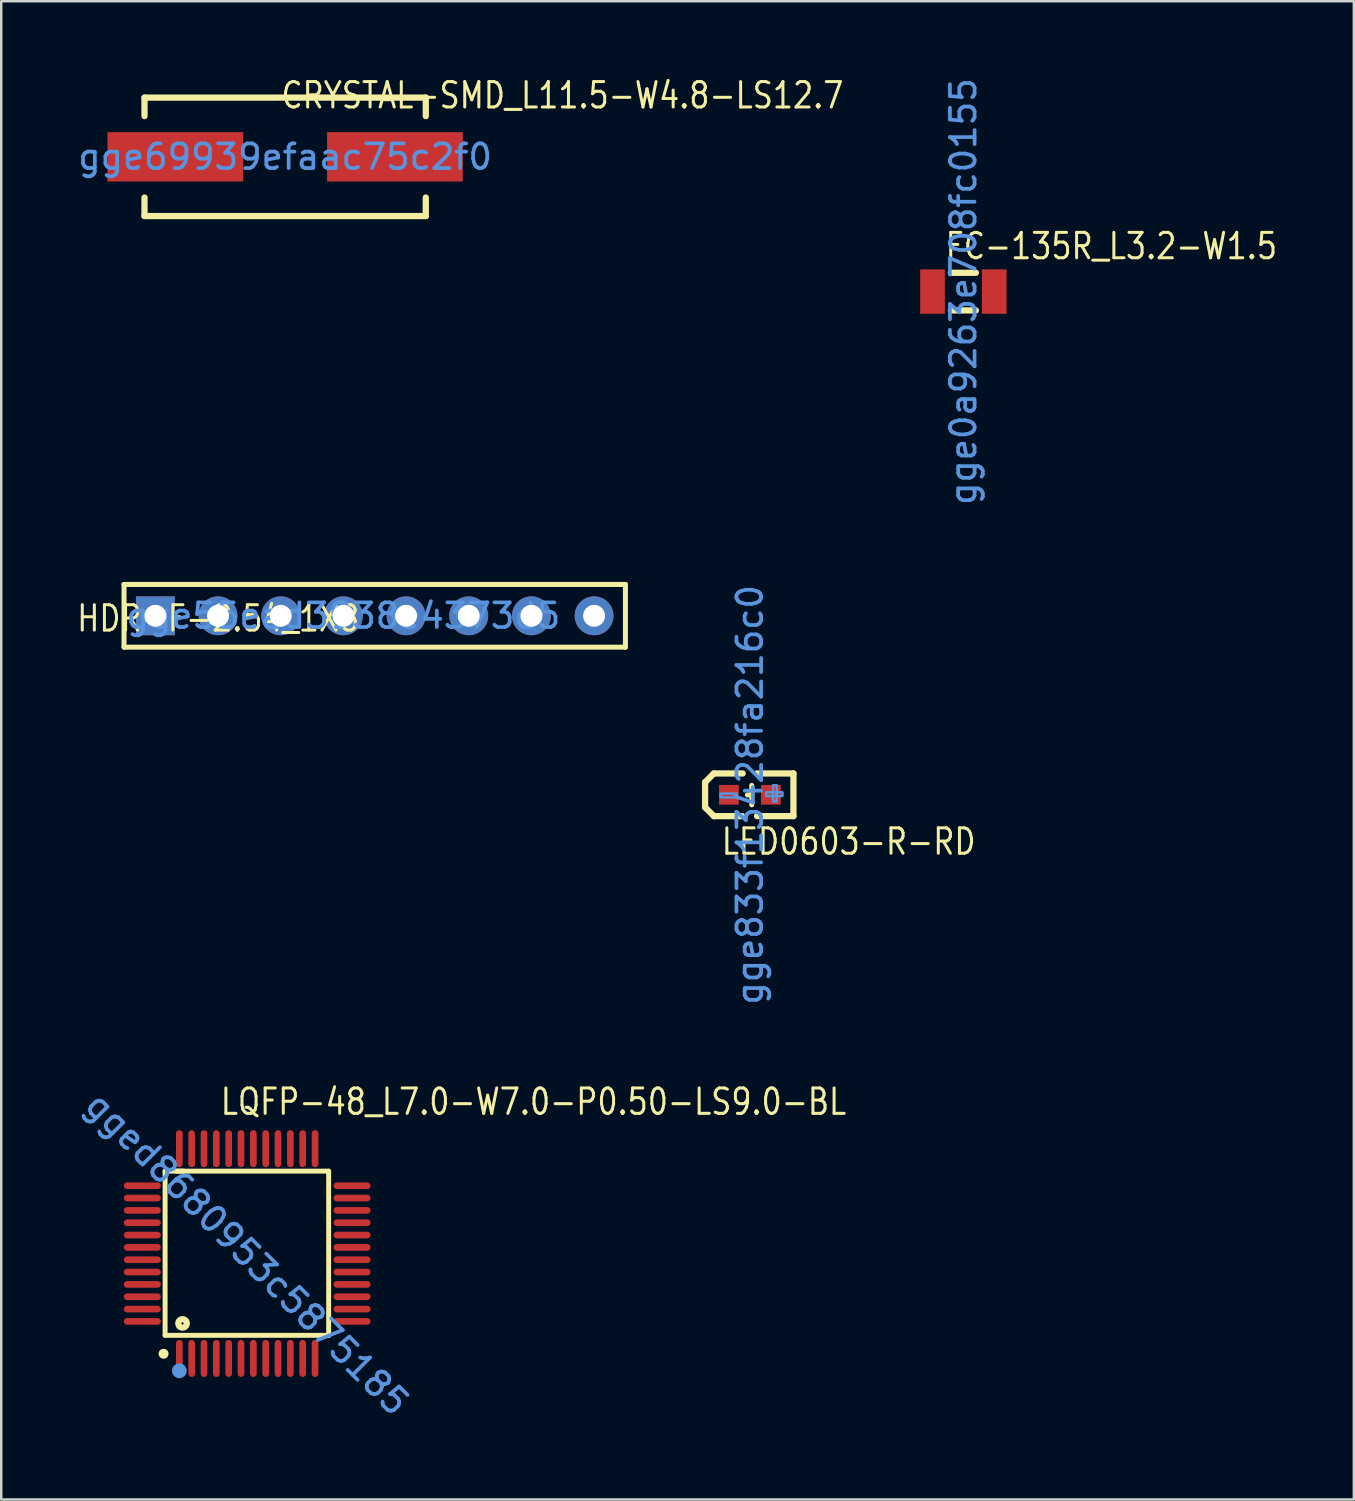
<source format=kicad_pcb>
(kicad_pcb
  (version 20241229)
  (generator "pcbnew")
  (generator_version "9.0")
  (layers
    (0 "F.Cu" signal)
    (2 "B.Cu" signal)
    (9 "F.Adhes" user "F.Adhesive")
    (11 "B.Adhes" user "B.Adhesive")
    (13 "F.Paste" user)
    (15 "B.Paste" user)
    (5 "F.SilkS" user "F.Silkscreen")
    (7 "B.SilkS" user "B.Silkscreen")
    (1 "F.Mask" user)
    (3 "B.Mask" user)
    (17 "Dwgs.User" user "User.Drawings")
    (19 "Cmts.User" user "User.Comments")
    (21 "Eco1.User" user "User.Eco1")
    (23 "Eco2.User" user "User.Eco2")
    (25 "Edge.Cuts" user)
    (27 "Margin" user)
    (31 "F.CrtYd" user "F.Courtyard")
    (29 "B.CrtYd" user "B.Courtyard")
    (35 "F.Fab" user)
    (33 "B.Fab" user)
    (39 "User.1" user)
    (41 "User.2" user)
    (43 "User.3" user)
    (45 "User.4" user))
  (footprint "HDR-F-2.54_1X8"
    (layer "F.Cu")
    (at 10.867 21.907)
    (property "Reference" "HDR-F-2.54_1X8" (at -10.867 0.109 0) (layer "F.SilkS") (effects (font (size 1.029 0.857) (thickness 0.122)) (justify left)))
    (fp_line (start -8.89 -1.27) (end -6.985 -1.27) (stroke (width 0.203) (type solid)) (layer "F.SilkS"))
    (fp_line (start -8.89 1.27) (end -8.89 -1.27) (stroke (width 0.203) (type solid)) (layer "F.SilkS"))
    (fp_line (start 11.43 -1.27) (end -6.985 -1.27) (stroke (width 0.203) (type solid)) (layer "F.SilkS"))
    (fp_line (start 11.43 -1.27) (end 11.43 1.27) (stroke (width 0.203) (type solid)) (layer "F.SilkS"))
    (fp_line (start 11.43 1.27) (end -8.89 1.27) (stroke (width 0.203) (type solid)) (layer "F.SilkS"))
    (fp_text user "gge55ead3938e4373d5" (at 0 0 0) (layer "Cmts.User") (effects (font (size 1 1) (thickness 0.15))))
    (pad "1" thru_hole rect (at -7.62 0) (size 1.575 1.575) (drill 0.889) (layers "*.Cu" "*.Paste" "*.Mask"))
    (pad "2" thru_hole circle (at -5.08 0) (size 1.575 1.575) (drill 0.889) (layers "*.Cu" "*.Paste" "*.Mask"))
    (pad "3" thru_hole circle (at -2.54 0) (size 1.575 1.575) (drill 0.889) (layers "*.Cu" "*.Paste" "*.Mask"))
    (pad "4" thru_hole circle (at 0 0) (size 1.575 1.575) (drill 0.889) (layers "*.Cu" "*.Paste" "*.Mask"))
    (pad "5" thru_hole circle (at 2.54 0) (size 1.575 1.575) (drill 0.889) (layers "*.Cu" "*.Paste" "*.Mask"))
    (pad "6" thru_hole circle (at 5.08 0) (size 1.575 1.575) (drill 0.889) (layers "*.Cu" "*.Paste" "*.Mask"))
    (pad "7" thru_hole circle (at 7.62 0) (size 1.575 1.575) (drill 0.889) (layers "*.Cu" "*.Paste" "*.Mask"))
    (pad "8" thru_hole circle (at 10.16 0) (size 1.575 1.575) (drill 0.889) (layers "*.Cu" "*.Paste" "*.Mask")))
  (footprint "CRYSTAL-SMD_L11.5-W4.8-LS12.7"
    (layer "F.Cu")
    (at 8.506 3.306)
    (property "Reference" "CRYSTAL-SMD_L11.5-W4.8-LS12.7" (at -0.229 -2.49 0) (layer "F.SilkS") (effects (font (size 1.029 0.857) (thickness 0.122)) (justify left)))
    (attr smd)
    (fp_line (start -5.7 -2.4) (end -5.7 -1.65) (stroke (width 0.254) (type solid)) (layer "F.SilkS"))
    (fp_line (start -5.7 2.4) (end -5.7 1.65) (stroke (width 0.254) (type solid)) (layer "F.SilkS"))
    (fp_line (start 5.7 -2.4) (end -5.7 -2.4) (stroke (width 0.254) (type solid)) (layer "F.SilkS"))
    (fp_line (start 5.7 -1.65) (end 5.7 -2.4) (stroke (width 0.254) (type solid)) (layer "F.SilkS"))
    (fp_line (start 5.7 1.65) (end 5.7 2.4) (stroke (width 0.254) (type solid)) (layer "F.SilkS"))
    (fp_line (start 5.7 2.4) (end -5.7 2.4) (stroke (width 0.254) (type solid)) (layer "F.SilkS"))
    (fp_text user "gge69939efaac75c2f0" (at 0 0 180) (layer "Cmts.User") (effects (font (size 1 1) (thickness 0.15))))
    (pad "1" smd rect (at -4.45 0) (size 5.5 2) (layers "F.Cu" "F.Mask" "F.Paste"))
    (pad "2" smd rect (at 4.45 0) (size 5.5 2) (layers "F.Cu" "F.Mask" "F.Paste")))
  (footprint "LQFP-48_L7.0-W7.0-P0.50-LS9.0-BL"
    (layer "F.Cu")
    (at 6.968 47.754)
    (property "Reference" "LQFP-48_L7.0-W7.0-P0.50-LS9.0-BL" (at -1.148 -6.153 0) (layer "F.SilkS") (effects (font (size 1.029 0.857) (thickness 0.122)) (justify left)))
    (attr smd)
    (fp_line (start -3.327 -3.34) (end -2.565 -3.34) (stroke (width 0.2) (type solid)) (layer "F.SilkS"))
    (fp_line (start -3.327 3.315) (end -3.327 -3.34) (stroke (width 0.2) (type solid)) (layer "F.SilkS"))
    (fp_line (start -2.896 -3.34) (end 3.302 -3.34) (stroke (width 0.2) (type solid)) (layer "F.SilkS"))
    (fp_line (start 3.302 -3.34) (end 3.302 3.315) (stroke (width 0.2) (type solid)) (layer "F.SilkS"))
    (fp_line (start 3.302 3.315) (end -3.327 3.315) (stroke (width 0.2) (type solid)) (layer "F.SilkS"))
    (fp_arc (start -3.387 4.06) (mid -3.389 4.062) (end -3.391 4.06) (stroke (width 0.4) (type solid)) (layer "F.SilkS"))
    (fp_circle (center -2.62 2.83) (end -2.449 2.83) (stroke (width 0.254) (type solid)) (fill no) (layer "F.SilkS"))
    (fp_circle (center -2.75 4.75) (end -2.6 4.75) (stroke (width 0.3) (type solid)) (fill no) (layer "Cmts.User"))
    (fp_text user "gged8680953c5875185" (at 0 0 315) (layer "Cmts.User") (effects (font (size 1 1) (thickness 0.15))))
    (pad "1" smd oval (at -2.75 4.25) (size 0.27 1.5) (layers "F.Cu" "F.Mask" "F.Paste"))
    (pad "2" smd oval (at -2.25 4.25) (size 0.27 1.5) (layers "F.Cu" "F.Mask" "F.Paste"))
    (pad "3" smd oval (at -1.75 4.25) (size 0.27 1.5) (layers "F.Cu" "F.Mask" "F.Paste"))
    (pad "4" smd oval (at -1.25 4.25) (size 0.27 1.5) (layers "F.Cu" "F.Mask" "F.Paste"))
    (pad "5" smd oval (at -0.75 4.25) (size 0.27 1.5) (layers "F.Cu" "F.Mask" "F.Paste"))
    (pad "6" smd oval (at -0.25 4.25) (size 0.27 1.5) (layers "F.Cu" "F.Mask" "F.Paste"))
    (pad "7" smd oval (at 0.25 4.25) (size 0.27 1.5) (layers "F.Cu" "F.Mask" "F.Paste"))
    (pad "8" smd oval (at 0.75 4.25) (size 0.27 1.5) (layers "F.Cu" "F.Mask" "F.Paste"))
    (pad "9" smd oval (at 1.25 4.25) (size 0.27 1.5) (layers "F.Cu" "F.Mask" "F.Paste"))
    (pad "10" smd oval (at 1.75 4.25) (size 0.27 1.5) (layers "F.Cu" "F.Mask" "F.Paste"))
    (pad "11" smd oval (at 2.25 4.25) (size 0.27 1.5) (layers "F.Cu" "F.Mask" "F.Paste"))
    (pad "12" smd oval (at 2.75 4.25) (size 0.27 1.5) (layers "F.Cu" "F.Mask" "F.Paste"))
    (pad "13" smd oval (at 4.25 2.75) (size 1.5 0.27) (layers "F.Cu" "F.Mask" "F.Paste"))
    (pad "14" smd oval (at 4.25 2.25) (size 1.5 0.27) (layers "F.Cu" "F.Mask" "F.Paste"))
    (pad "15" smd oval (at 4.25 1.75) (size 1.5 0.27) (layers "F.Cu" "F.Mask" "F.Paste"))
    (pad "16" smd oval (at 4.25 1.25) (size 1.5 0.27) (layers "F.Cu" "F.Mask" "F.Paste"))
    (pad "17" smd oval (at 4.25 0.75) (size 1.5 0.27) (layers "F.Cu" "F.Mask" "F.Paste"))
    (pad "18" smd oval (at 4.25 0.25) (size 1.5 0.27) (layers "F.Cu" "F.Mask" "F.Paste"))
    (pad "19" smd oval (at 4.25 -0.25) (size 1.5 0.27) (layers "F.Cu" "F.Mask" "F.Paste"))
    (pad "20" smd oval (at 4.25 -0.75) (size 1.5 0.27) (layers "F.Cu" "F.Mask" "F.Paste"))
    (pad "21" smd oval (at 4.25 -1.25) (size 1.5 0.27) (layers "F.Cu" "F.Mask" "F.Paste"))
    (pad "22" smd oval (at 4.25 -1.75) (size 1.5 0.27) (layers "F.Cu" "F.Mask" "F.Paste"))
    (pad "23" smd oval (at 4.25 -2.25) (size 1.5 0.27) (layers "F.Cu" "F.Mask" "F.Paste"))
    (pad "24" smd oval (at 4.25 -2.75) (size 1.5 0.27) (layers "F.Cu" "F.Mask" "F.Paste"))
    (pad "25" smd oval (at 2.75 -4.25) (size 0.27 1.5) (layers "F.Cu" "F.Mask" "F.Paste"))
    (pad "26" smd oval (at 2.25 -4.25) (size 0.27 1.5) (layers "F.Cu" "F.Mask" "F.Paste"))
    (pad "27" smd oval (at 1.75 -4.25) (size 0.27 1.5) (layers "F.Cu" "F.Mask" "F.Paste"))
    (pad "28" smd oval (at 1.25 -4.25) (size 0.27 1.5) (layers "F.Cu" "F.Mask" "F.Paste"))
    (pad "29" smd oval (at 0.75 -4.25) (size 0.27 1.5) (layers "F.Cu" "F.Mask" "F.Paste"))
    (pad "30" smd oval (at 0.25 -4.25) (size 0.27 1.5) (layers "F.Cu" "F.Mask" "F.Paste"))
    (pad "31" smd oval (at -0.25 -4.25) (size 0.27 1.5) (layers "F.Cu" "F.Mask" "F.Paste"))
    (pad "32" smd oval (at -0.75 -4.25) (size 0.27 1.5) (layers "F.Cu" "F.Mask" "F.Paste"))
    (pad "33" smd oval (at -1.25 -4.25) (size 0.27 1.5) (layers "F.Cu" "F.Mask" "F.Paste"))
    (pad "34" smd oval (at -1.75 -4.25) (size 0.27 1.5) (layers "F.Cu" "F.Mask" "F.Paste"))
    (pad "35" smd oval (at -2.25 -4.25) (size 0.27 1.5) (layers "F.Cu" "F.Mask" "F.Paste"))
    (pad "36" smd oval (at -2.75 -4.25) (size 0.27 1.5) (layers "F.Cu" "F.Mask" "F.Paste"))
    (pad "37" smd oval (at -4.25 -2.75) (size 1.5 0.27) (layers "F.Cu" "F.Mask" "F.Paste"))
    (pad "38" smd oval (at -4.25 -2.25) (size 1.5 0.27) (layers "F.Cu" "F.Mask" "F.Paste"))
    (pad "39" smd oval (at -4.25 -1.75) (size 1.5 0.27) (layers "F.Cu" "F.Mask" "F.Paste"))
    (pad "40" smd oval (at -4.25 -1.25) (size 1.5 0.27) (layers "F.Cu" "F.Mask" "F.Paste"))
    (pad "41" smd oval (at -4.25 -0.75) (size 1.5 0.27) (layers "F.Cu" "F.Mask" "F.Paste"))
    (pad "42" smd oval (at -4.25 -0.25) (size 1.5 0.27) (layers "F.Cu" "F.Mask" "F.Paste"))
    (pad "43" smd oval (at -4.25 0.25) (size 1.5 0.27) (layers "F.Cu" "F.Mask" "F.Paste"))
    (pad "44" smd oval (at -4.25 0.75) (size 1.5 0.27) (layers "F.Cu" "F.Mask" "F.Paste"))
    (pad "45" smd oval (at -4.25 1.25) (size 1.5 0.27) (layers "F.Cu" "F.Mask" "F.Paste"))
    (pad "46" smd oval (at -4.25 1.75) (size 1.5 0.27) (layers "F.Cu" "F.Mask" "F.Paste"))
    (pad "47" smd oval (at -4.25 2.25) (size 1.5 0.27) (layers "F.Cu" "F.Mask" "F.Paste"))
    (pad "48" smd oval (at -4.25 2.75) (size 1.5 0.27) (layers "F.Cu" "F.Mask" "F.Paste")))
  (footprint "LED0603-R-RD"
    (layer "F.Cu")
    (at 27.341 29.161)
    (property "Reference" "LED0603-R-RD" (at -1.218 1.898 0) (layer "F.SilkS") (effects (font (size 1.029 0.857) (thickness 0.122)) (justify left)))
    (attr smd)
    (fp_line (start -1.816 -0.508) (end -1.461 -0.864) (stroke (width 0.254) (type solid)) (layer "F.SilkS"))
    (fp_line (start -1.816 0.508) (end -1.816 -0.508) (stroke (width 0.254) (type solid)) (layer "F.SilkS"))
    (fp_line (start -1.461 0.864) (end -1.816 0.508) (stroke (width 0.254) (type solid)) (layer "F.SilkS"))
    (fp_line (start -0.317 0.864) (end -1.461 0.864) (stroke (width 0.254) (type solid)) (layer "F.SilkS"))
    (fp_line (start -0.292 -0.864) (end -1.461 -0.864) (stroke (width 0.254) (type solid)) (layer "F.SilkS"))
    (fp_line (start 0.076 0.008) (end -0.099 0.008) (stroke (width 0.203) (type solid)) (layer "F.SilkS"))
    (fp_line (start 0.076 0.406) (end 0.076 -0.381) (stroke (width 0.203) (type solid)) (layer "F.SilkS"))
    (fp_line (start 1.765 -0.864) (end 0.292 -0.864) (stroke (width 0.254) (type solid)) (layer "F.SilkS"))
    (fp_line (start 1.765 0.864) (end 0.292 0.864) (stroke (width 0.254) (type solid)) (layer "F.SilkS"))
    (fp_line (start 1.765 0.864) (end 1.765 -0.864) (stroke (width 0.254) (type solid)) (layer "F.SilkS"))
    (fp_poly (pts (xy -1.193 -0.05) (xy -0.533 -0.05) (xy -0.533 0.103) (xy -1.193 0.103)) (stroke (width 0.1) (type solid)) (fill no) (layer "Cmts.User"))
    (fp_poly (pts (xy 0.66 -0.102) (xy 1.321 -0.102) (xy 1.321 0.051) (xy 0.66 0.051)) (stroke (width 0.1) (type solid)) (fill no) (layer "Cmts.User"))
    (fp_poly (pts (xy 0.936 0.275) (xy 0.936 -0.385) (xy 1.088 -0.385) (xy 1.088 0.275)) (stroke (width 0.1) (type solid)) (fill no) (layer "Cmts.User"))
    (fp_text user "gge833f13428fa216c0" (at 0 0 270) (layer "Cmts.User") (effects (font (size 1 1) (thickness 0.15))))
    (pad "1" smd rect (at 0.851 0 90) (size 0.8 0.8) (layers "F.Cu" "F.Mask" "F.Paste"))
    (pad "2" smd rect (at -0.851 0 90) (size 0.8 0.8) (layers "F.Cu" "F.Mask" "F.Paste")))
  (footprint "FC-135R_L3.2-W1.5"
    (layer "F.Cu")
    (at 35.993 8.768)
    (property "Reference" "FC-135R_L3.2-W1.5" (at -0.796 -1.842 0) (layer "F.SilkS") (effects (font (size 1.029 0.857) (thickness 0.122)) (justify left)))
    (attr smd)
    (fp_line (start -0.508 -0.762) (end 0.508 -0.762) (stroke (width 0.254) (type solid)) (layer "F.SilkS"))
    (fp_line (start 0.508 0.762) (end -0.508 0.762) (stroke (width 0.254) (type solid)) (layer "F.SilkS"))
    (fp_text user "gge0a9263e708fc0155" (at 0 0 270) (layer "Cmts.User") (effects (font (size 1 1) (thickness 0.15))))
    (pad "1" smd rect (at -1.25 0 90) (size 1.8 1) (layers "F.Cu" "F.Mask" "F.Paste"))
    (pad "2" smd rect (at 1.25 0 90) (size 1.8 1) (layers "F.Cu" "F.Mask" "F.Paste")))
  (gr_rect
    (start -3 -3)
    (end 51.818 57.722)
    (stroke (width 0.1) (type default))
    (fill no)
    (layer "Edge.Cuts")))
</source>
